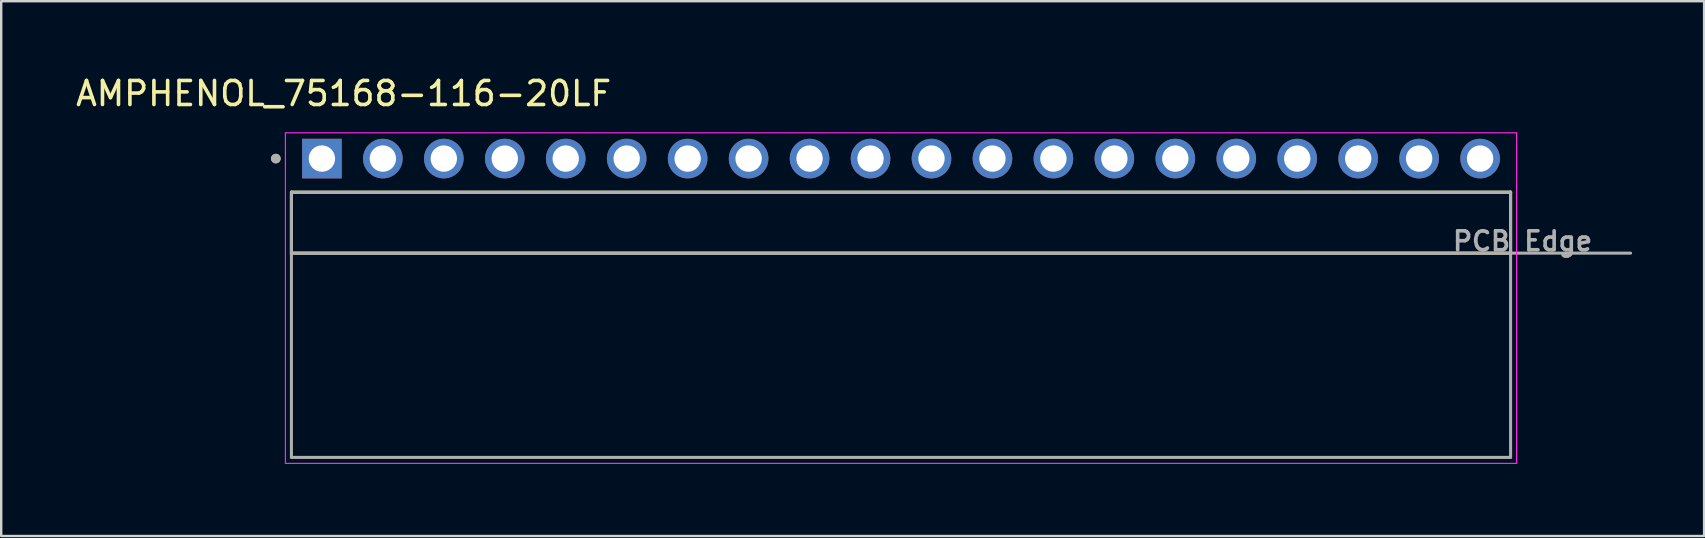
<source format=kicad_pcb>
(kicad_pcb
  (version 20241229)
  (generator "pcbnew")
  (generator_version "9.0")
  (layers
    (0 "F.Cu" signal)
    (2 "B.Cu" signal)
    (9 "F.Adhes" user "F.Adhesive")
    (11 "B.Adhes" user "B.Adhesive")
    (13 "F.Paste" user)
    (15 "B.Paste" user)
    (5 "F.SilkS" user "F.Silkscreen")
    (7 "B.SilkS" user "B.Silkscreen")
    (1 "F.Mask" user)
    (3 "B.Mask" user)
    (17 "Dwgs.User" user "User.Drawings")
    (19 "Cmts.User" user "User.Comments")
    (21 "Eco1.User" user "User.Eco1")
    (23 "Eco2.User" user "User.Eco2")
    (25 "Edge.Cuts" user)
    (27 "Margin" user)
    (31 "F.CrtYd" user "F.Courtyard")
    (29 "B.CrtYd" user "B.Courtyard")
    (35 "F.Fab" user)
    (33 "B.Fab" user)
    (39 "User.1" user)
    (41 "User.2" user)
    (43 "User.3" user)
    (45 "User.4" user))
  (footprint "AMPHENOL_75168-116-20LF"
    (layer "F.Cu")
    (at 34.493 3.558)
    (property "Reference" "AMPHENOL_75168-116-20LF" (at -23.225 -2.71 0) (layer "F.SilkS") (effects (font (size 1 1) (thickness 0.15))))
    (attr through_hole)
    (fp_line (start -25.4 3.94) (end -25.4 1.4) (stroke (width 0.127) (type solid)) (layer "F.SilkS"))
    (fp_line (start 25.4 1.4) (end -25.4 1.4) (stroke (width 0.127) (type solid)) (layer "F.SilkS"))
    (fp_line (start 25.4 1.4) (end 25.4 3.94) (stroke (width 0.127) (type solid)) (layer "F.SilkS"))
    (fp_line (start 25.4 3.94) (end -25.4 3.94) (stroke (width 0.127) (type solid)) (layer "F.SilkS"))
    (fp_circle (center -26.05 0) (end -25.95 0) (stroke (width 0.2) (type solid)) (fill no) (layer "F.SilkS"))
    (fp_line (start -25.65 -1.075) (end 25.65 -1.075) (stroke (width 0.05) (type solid)) (layer "F.CrtYd"))
    (fp_line (start -25.65 12.7) (end -25.65 -1.075) (stroke (width 0.05) (type solid)) (layer "F.CrtYd"))
    (fp_line (start 25.65 -1.075) (end 25.65 12.7) (stroke (width 0.05) (type solid)) (layer "F.CrtYd"))
    (fp_line (start 25.65 12.7) (end -25.65 12.7) (stroke (width 0.05) (type solid)) (layer "F.CrtYd"))
    (fp_line (start -25.4 1.4) (end 25.4 1.4) (stroke (width 0.127) (type solid)) (layer "F.Fab"))
    (fp_line (start -25.4 3.94) (end -25.4 1.4) (stroke (width 0.127) (type solid)) (layer "F.Fab"))
    (fp_line (start -25.4 3.94) (end -25.4 12.45) (stroke (width 0.127) (type solid)) (layer "F.Fab"))
    (fp_line (start -25.4 12.45) (end 25.4 12.45) (stroke (width 0.127) (type solid)) (layer "F.Fab"))
    (fp_line (start 25.4 1.4) (end 25.4 3.94) (stroke (width 0.127) (type solid)) (layer "F.Fab"))
    (fp_line (start 25.4 3.94) (end -25.4 3.94) (stroke (width 0.127) (type solid)) (layer "F.Fab"))
    (fp_line (start 25.4 3.94) (end 30.4 3.94) (stroke (width 0.127) (type solid)) (layer "F.Fab"))
    (fp_line (start 25.4 12.45) (end 25.4 3.94) (stroke (width 0.127) (type solid)) (layer "F.Fab"))
    (fp_circle (center -26.05 0) (end -25.95 0) (stroke (width 0.2) (type solid)) (fill no) (layer "F.Fab"))
    (fp_text user "PCB Edge" (at 25.9 3.44 0) (layer "F.Fab") (effects (font (size 0.789 0.789) (thickness 0.15))))
    (pad "01" thru_hole rect (at -24.13 0) (size 1.65 1.65) (drill 1.1) (layers "*.Cu" "*.Mask"))
    (pad "02" thru_hole circle (at -21.59 0) (size 1.65 1.65) (drill 1.1) (layers "*.Cu" "*.Mask"))
    (pad "03" thru_hole circle (at -19.05 0) (size 1.65 1.65) (drill 1.1) (layers "*.Cu" "*.Mask"))
    (pad "04" thru_hole circle (at -16.51 0) (size 1.65 1.65) (drill 1.1) (layers "*.Cu" "*.Mask"))
    (pad "05" thru_hole circle (at -13.97 0) (size 1.65 1.65) (drill 1.1) (layers "*.Cu" "*.Mask"))
    (pad "06" thru_hole circle (at -11.43 0) (size 1.65 1.65) (drill 1.1) (layers "*.Cu" "*.Mask"))
    (pad "07" thru_hole circle (at -8.89 0) (size 1.65 1.65) (drill 1.1) (layers "*.Cu" "*.Mask"))
    (pad "08" thru_hole circle (at -6.35 0) (size 1.65 1.65) (drill 1.1) (layers "*.Cu" "*.Mask"))
    (pad "09" thru_hole circle (at -3.81 0) (size 1.65 1.65) (drill 1.1) (layers "*.Cu" "*.Mask"))
    (pad "10" thru_hole circle (at -1.27 0) (size 1.65 1.65) (drill 1.1) (layers "*.Cu" "*.Mask"))
    (pad "11" thru_hole circle (at 1.27 0) (size 1.65 1.65) (drill 1.1) (layers "*.Cu" "*.Mask"))
    (pad "12" thru_hole circle (at 3.81 0) (size 1.65 1.65) (drill 1.1) (layers "*.Cu" "*.Mask"))
    (pad "13" thru_hole circle (at 6.35 0) (size 1.65 1.65) (drill 1.1) (layers "*.Cu" "*.Mask"))
    (pad "14" thru_hole circle (at 8.89 0) (size 1.65 1.65) (drill 1.1) (layers "*.Cu" "*.Mask"))
    (pad "15" thru_hole circle (at 11.43 0) (size 1.65 1.65) (drill 1.1) (layers "*.Cu" "*.Mask"))
    (pad "16" thru_hole circle (at 13.97 0) (size 1.65 1.65) (drill 1.1) (layers "*.Cu" "*.Mask"))
    (pad "17" thru_hole circle (at 16.51 0) (size 1.65 1.65) (drill 1.1) (layers "*.Cu" "*.Mask"))
    (pad "18" thru_hole circle (at 19.05 0) (size 1.65 1.65) (drill 1.1) (layers "*.Cu" "*.Mask"))
    (pad "19" thru_hole circle (at 21.59 0) (size 1.65 1.65) (drill 1.1) (layers "*.Cu" "*.Mask"))
    (pad "20" thru_hole circle (at 24.13 0) (size 1.65 1.65) (drill 1.1) (layers "*.Cu" "*.Mask")))
  (gr_rect
    (start -3 -3)
    (end 67.956 19.283)
    (stroke (width 0.1) (type default))
    (fill no)
    (layer "Edge.Cuts")))
</source>
